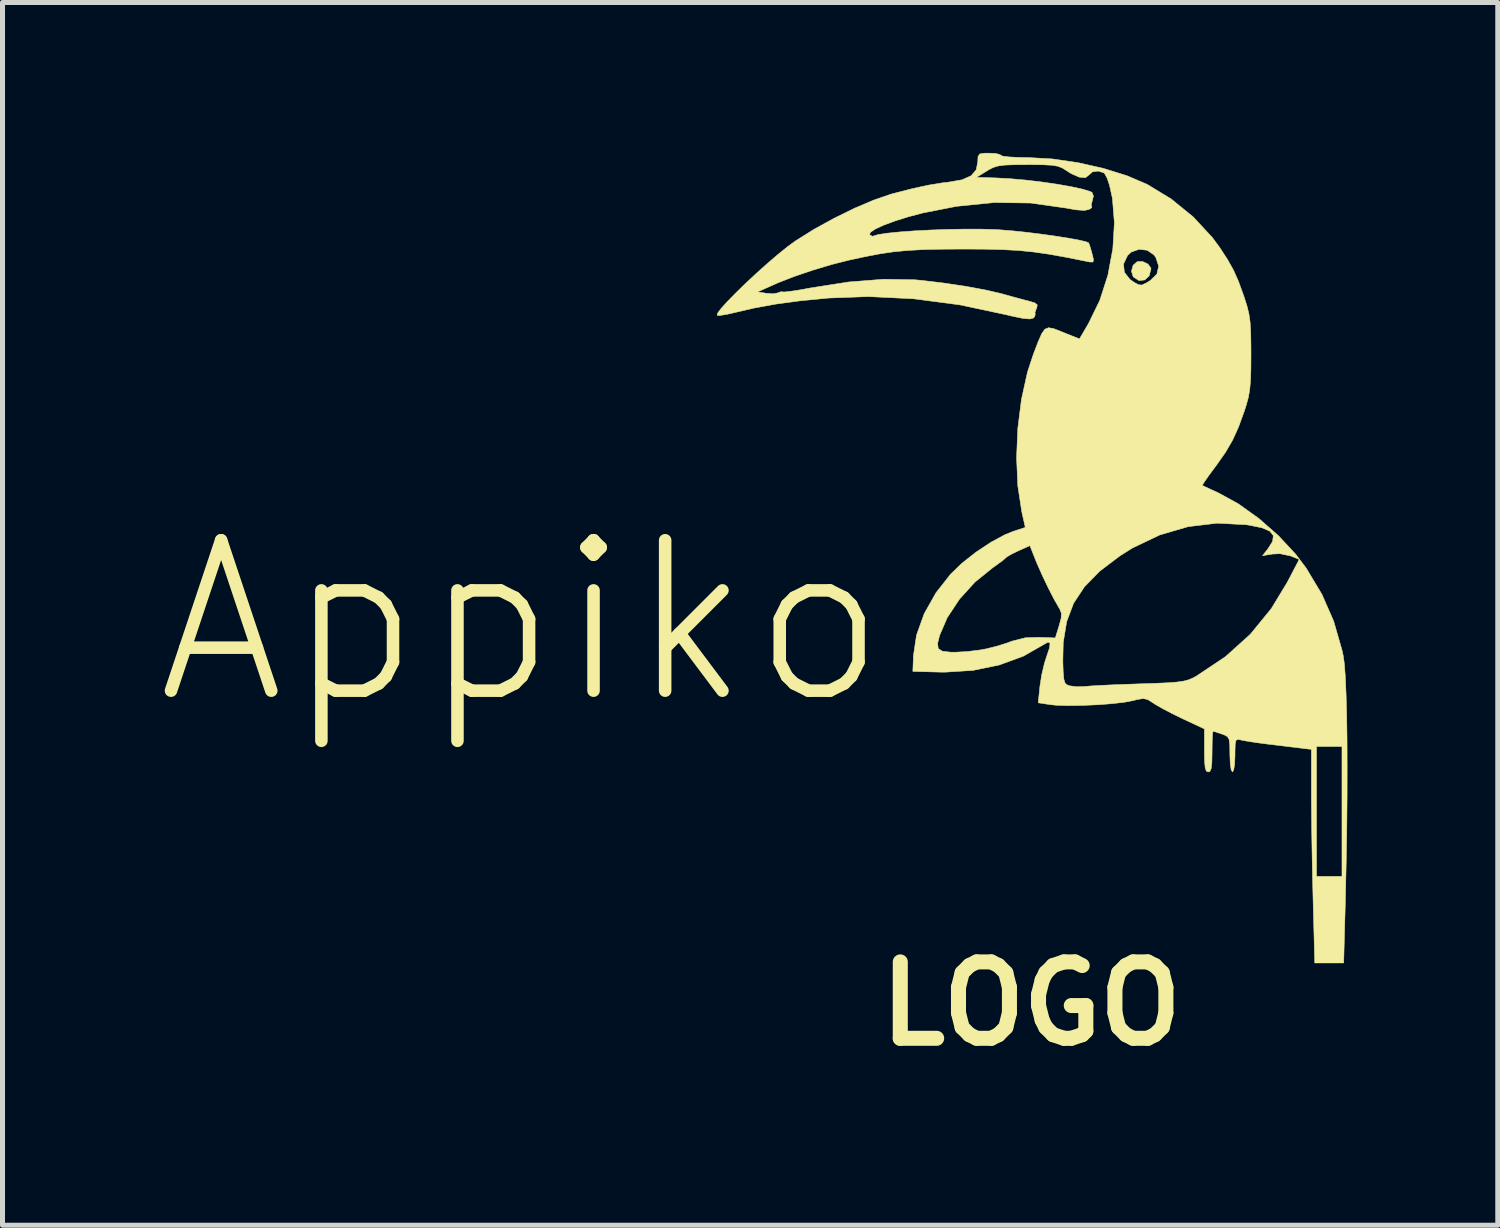
<source format=kicad_pcb>
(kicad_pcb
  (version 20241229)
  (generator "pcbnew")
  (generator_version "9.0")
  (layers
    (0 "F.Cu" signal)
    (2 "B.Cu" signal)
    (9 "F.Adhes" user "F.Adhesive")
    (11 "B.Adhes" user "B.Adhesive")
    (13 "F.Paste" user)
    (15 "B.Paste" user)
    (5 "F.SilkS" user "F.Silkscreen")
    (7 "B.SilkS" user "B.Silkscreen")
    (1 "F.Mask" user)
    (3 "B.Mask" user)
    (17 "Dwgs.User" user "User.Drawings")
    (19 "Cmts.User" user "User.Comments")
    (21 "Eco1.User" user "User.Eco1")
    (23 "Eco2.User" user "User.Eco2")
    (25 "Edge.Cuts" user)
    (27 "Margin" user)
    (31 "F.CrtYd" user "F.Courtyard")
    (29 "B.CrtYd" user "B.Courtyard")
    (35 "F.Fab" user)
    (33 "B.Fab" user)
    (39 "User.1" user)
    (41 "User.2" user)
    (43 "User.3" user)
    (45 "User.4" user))
  (footprint "LOGO"
    (layer "F.Cu")
    (at 17.521 8.082)
    (property "Reference" "LOGO" (at 0 8.89 0) (layer "F.SilkS") (effects (font (size 1.524 1.524) (thickness 0.3))))
    (attr through_hole)
    (fp_poly (pts (xy 2.327 -5.865) (xy 2.386 -5.786) (xy 2.388 -5.768) (xy 2.351 -5.628) (xy 2.262 -5.547) (xy 2.147 -5.536) (xy 2.035 -5.609) (xy 2.034 -5.611) (xy 1.998 -5.722) (xy 2.032 -5.841) (xy 2.114 -5.913) (xy 2.221 -5.915) (xy 2.327 -5.865)) (stroke (width 0.01) (type solid)) (fill yes) (layer "F.SilkS"))
    (fp_poly (pts (xy -0.702 -8.069) (xy -0.62 -8.047) (xy -0.61 -8.034) (xy -0.562 -8.016) (xy -0.434 -8.001) (xy -0.246 -7.992) (xy -0.064 -7.989) (xy 0.419 -7.962) (xy 0.93 -7.888) (xy 1.437 -7.774) (xy 1.909 -7.627) (xy 2.311 -7.455) (xy 2.79 -7.164) (xy 3.232 -6.804) (xy 3.611 -6.395) (xy 3.757 -6.198) (xy 3.916 -5.954) (xy 4.035 -5.741) (xy 4.135 -5.516) (xy 4.235 -5.24) (xy 4.252 -5.19) (xy 4.305 -5.021) (xy 4.342 -4.87) (xy 4.365 -4.709) (xy 4.377 -4.514) (xy 4.382 -4.258) (xy 4.383 -4.064) (xy 4.381 -3.759) (xy 4.373 -3.531) (xy 4.357 -3.352) (xy 4.329 -3.198) (xy 4.286 -3.043) (xy 4.253 -2.94) (xy 4.136 -2.617) (xy 4.017 -2.354) (xy 3.875 -2.11) (xy 3.689 -1.845) (xy 3.656 -1.801) (xy 3.541 -1.646) (xy 3.456 -1.524) (xy 3.415 -1.457) (xy 3.414 -1.449) (xy 3.464 -1.424) (xy 3.582 -1.369) (xy 3.728 -1.303) (xy 4.13 -1.083) (xy 4.539 -0.79) (xy 4.93 -0.447) (xy 5.275 -0.076) (xy 5.483 0.199) (xy 5.798 0.724) (xy 6.032 1.258) (xy 6.199 1.838) (xy 6.222 1.943) (xy 6.246 2.113) (xy 6.265 2.376) (xy 6.28 2.722) (xy 6.292 3.143) (xy 6.299 3.628) (xy 6.301 4.17) (xy 6.3 4.758) (xy 6.294 5.384) (xy 6.283 6.039) (xy 6.268 6.713) (xy 6.266 6.82) (xy 6.232 8.077) (xy 5.655 8.077) (xy 5.622 6.82) (xy 5.612 6.406) (xy 5.603 5.966) (xy 5.596 5.528) (xy 5.591 5.123) (xy 5.588 4.78) (xy 5.588 4.689) (xy 5.588 3.816) (xy 5.372 3.79) (xy 5.217 3.771) (xy 5.118 3.759) (xy 5.69 3.759) (xy 5.69 6.35) (xy 6.198 6.35) (xy 6.198 3.759) (xy 5.69 3.759) (xy 5.118 3.759) (xy 5.003 3.745) (xy 4.771 3.717) (xy 4.724 3.712) (xy 4.511 3.684) (xy 4.326 3.656) (xy 4.2 3.633) (xy 4.178 3.627) (xy 4.117 3.616) (xy 4.083 3.638) (xy 4.068 3.715) (xy 4.064 3.867) (xy 4.064 3.931) (xy 4.057 4.106) (xy 4.038 4.226) (xy 4.013 4.267) (xy 3.987 4.22) (xy 3.969 4.095) (xy 3.962 3.917) (xy 3.96 3.732) (xy 3.948 3.623) (xy 3.915 3.563) (xy 3.85 3.527) (xy 3.802 3.51) (xy 3.689 3.472) (xy 3.626 3.455) (xy 3.625 3.454) (xy 3.616 3.501) (xy 3.61 3.626) (xy 3.607 3.803) (xy 3.607 3.861) (xy 3.603 4.069) (xy 3.59 4.194) (xy 3.564 4.254) (xy 3.531 4.267) (xy 3.492 4.249) (xy 3.469 4.181) (xy 3.457 4.048) (xy 3.454 3.838) (xy 3.454 3.408) (xy 3.022 3.206) (xy 2.81 3.102) (xy 2.615 3) (xy 2.468 2.915) (xy 2.431 2.89) (xy 2.324 2.823) (xy 2.233 2.802) (xy 2.111 2.822) (xy 2.037 2.842) (xy 1.862 2.875) (xy 1.615 2.904) (xy 1.326 2.926) (xy 1.024 2.939) (xy 0.739 2.943) (xy 0.5 2.936) (xy 0.381 2.924) (xy 0.139 2.887) (xy 0.173 2.557) (xy 0.208 2.331) (xy 0.263 2.098) (xy 0.277 2.056) (xy 0.63 2.056) (xy 0.637 2.273) (xy 0.649 2.41) (xy 0.671 2.487) (xy 0.709 2.527) (xy 0.765 2.548) (xy 0.903 2.567) (xy 1.064 2.562) (xy 1.067 2.562) (xy 1.175 2.552) (xy 1.364 2.541) (xy 1.614 2.529) (xy 1.905 2.518) (xy 2.159 2.509) (xy 2.488 2.498) (xy 2.733 2.487) (xy 2.911 2.473) (xy 3.041 2.454) (xy 3.14 2.428) (xy 3.225 2.392) (xy 3.302 2.349) (xy 3.875 1.966) (xy 4.37 1.52) (xy 4.789 1.007) (xy 5.107 0.483) (xy 5.345 0.027) (xy 5.176 -0.042) (xy 4.963 -0.087) (xy 4.81 -0.08) (xy 4.613 -0.048) (xy 4.72 -0.183) (xy 4.814 -0.332) (xy 4.829 -0.448) (xy 4.76 -0.536) (xy 4.602 -0.604) (xy 4.348 -0.656) (xy 4.288 -0.665) (xy 3.708 -0.696) (xy 3.131 -0.627) (xy 2.565 -0.462) (xy 2.018 -0.201) (xy 1.763 -0.04) (xy 1.365 0.262) (xy 1.062 0.572) (xy 0.844 0.902) (xy 0.706 1.269) (xy 0.638 1.684) (xy 0.63 2.056) (xy 0.277 2.056) (xy 0.305 1.967) (xy 0.365 1.789) (xy 0.374 1.694) (xy 0.333 1.678) (xy 0.264 1.716) (xy -0.154 1.955) (xy -0.636 2.132) (xy -1.165 2.241) (xy -1.72 2.276) (xy -1.81 2.275) (xy -2.362 2.261) (xy -2.35 1.947) (xy -2.314 1.704) (xy -1.869 1.704) (xy -1.855 1.806) (xy -1.772 1.859) (xy -1.608 1.877) (xy -1.513 1.878) (xy -1.275 1.865) (xy -1.018 1.833) (xy -0.889 1.809) (xy -0.683 1.757) (xy -0.482 1.694) (xy -0.381 1.656) (xy -0.114 1.589) (xy 0.151 1.581) (xy 0.48 1.593) (xy 0.555 1.352) (xy 0.596 1.2) (xy 0.601 1.102) (xy 0.568 1.016) (xy 0.543 0.975) (xy 0.451 0.813) (xy 0.337 0.591) (xy 0.219 0.343) (xy 0.113 0.104) (xy 0.067 -0.01) (xy -0.027 -0.248) (xy -0.253 -0.147) (xy -0.391 -0.08) (xy -0.485 -0.025) (xy -0.507 -0.007) (xy -0.561 0.042) (xy -0.672 0.124) (xy -0.767 0.191) (xy -1.124 0.48) (xy -1.433 0.821) (xy -1.677 1.191) (xy -1.827 1.539) (xy -1.869 1.704) (xy -2.314 1.704) (xy -2.288 1.533) (xy -2.135 1.109) (xy -1.901 0.693) (xy -1.608 0.32) (xy -1.379 0.1) (xy -1.102 -0.118) (xy -0.808 -0.313) (xy -0.527 -0.465) (xy -0.364 -0.531) (xy -0.119 -0.612) (xy -0.19 -0.928) (xy -0.268 -1.44) (xy -0.293 -2.004) (xy -0.268 -2.59) (xy -0.195 -3.168) (xy -0.076 -3.707) (xy 0.044 -4.072) (xy 0.138 -4.315) (xy 0.208 -4.476) (xy 0.271 -4.565) (xy 0.346 -4.595) (xy 0.449 -4.576) (xy 0.598 -4.518) (xy 0.697 -4.478) (xy 0.962 -4.372) (xy 1.144 -4.683) (xy 1.367 -5.141) (xy 1.529 -5.644) (xy 1.57 -5.865) (xy 1.84 -5.865) (xy 1.857 -5.701) (xy 1.971 -5.556) (xy 2.057 -5.497) (xy 2.141 -5.452) (xy 2.204 -5.446) (xy 2.286 -5.483) (xy 2.375 -5.537) (xy 2.505 -5.664) (xy 2.542 -5.822) (xy 2.486 -5.993) (xy 2.447 -6.048) (xy 2.314 -6.14) (xy 2.15 -6.159) (xy 1.995 -6.104) (xy 1.921 -6.036) (xy 1.84 -5.865) (xy 1.57 -5.865) (xy 1.627 -6.167) (xy 1.658 -6.686) (xy 1.619 -7.176) (xy 1.56 -7.442) (xy 1.513 -7.579) (xy 1.463 -7.67) (xy 1.45 -7.683) (xy 1.338 -7.72) (xy 1.222 -7.704) (xy 1.149 -7.642) (xy 1.148 -7.64) (xy 1.08 -7.587) (xy 0.955 -7.599) (xy 0.791 -7.672) (xy 0.689 -7.738) (xy 0.612 -7.785) (xy 0.526 -7.817) (xy 0.41 -7.836) (xy 0.241 -7.845) (xy -0.002 -7.848) (xy -0.076 -7.848) (xy -0.34 -7.846) (xy -0.526 -7.839) (xy -0.657 -7.822) (xy -0.757 -7.792) (xy -0.848 -7.746) (xy -0.889 -7.721) (xy -1.092 -7.595) (xy -0.711 -7.583) (xy -0.426 -7.568) (xy -0.112 -7.54) (xy 0.21 -7.502) (xy 0.52 -7.457) (xy 0.798 -7.408) (xy 1.023 -7.359) (xy 1.176 -7.312) (xy 1.213 -7.293) (xy 1.24 -7.22) (xy 1.219 -7.136) (xy 1.195 -7.043) (xy 1.208 -7.009) (xy 1.202 -6.987) (xy 1.156 -6.956) (xy 1.059 -6.934) (xy 0.889 -6.947) (xy 0.686 -6.983) (xy -0.011 -7.082) (xy -0.734 -7.092) (xy -1.493 -7.016) (xy -2.164 -6.884) (xy -2.452 -6.808) (xy -2.716 -6.725) (xy -2.941 -6.642) (xy -3.11 -6.564) (xy -3.209 -6.497) (xy -3.226 -6.452) (xy -3.171 -6.418) (xy -3.156 -6.422) (xy -3.059 -6.452) (xy -2.877 -6.48) (xy -2.628 -6.505) (xy -2.33 -6.527) (xy -1.999 -6.544) (xy -1.653 -6.556) (xy -1.309 -6.562) (xy -0.985 -6.561) (xy -0.697 -6.552) (xy -0.617 -6.547) (xy -0.37 -6.527) (xy -0.093 -6.498) (xy 0.196 -6.462) (xy 0.477 -6.423) (xy 0.731 -6.383) (xy 0.94 -6.345) (xy 1.085 -6.312) (xy 1.145 -6.288) (xy 1.165 -6.235) (xy 1.2 -6.12) (xy 1.211 -6.08) (xy 1.241 -5.956) (xy 1.232 -5.906) (xy 1.172 -5.905) (xy 1.127 -5.914) (xy 0.708 -5.998) (xy 0.356 -6.061) (xy 0.043 -6.106) (xy -0.259 -6.136) (xy -0.578 -6.153) (xy -0.943 -6.162) (xy -1.372 -6.164) (xy -1.805 -6.161) (xy -2.161 -6.153) (xy -2.465 -6.136) (xy -2.74 -6.11) (xy -3.011 -6.07) (xy -3.302 -6.015) (xy -3.632 -5.944) (xy -3.981 -5.856) (xy -4.361 -5.742) (xy -4.732 -5.616) (xy -5.052 -5.491) (xy -5.105 -5.467) (xy -5.461 -5.309) (xy -5.283 -5.281) (xy -5.149 -5.272) (xy -5.056 -5.289) (xy -5.05 -5.293) (xy -4.984 -5.315) (xy -4.97 -5.309) (xy -4.913 -5.308) (xy -4.779 -5.324) (xy -4.588 -5.354) (xy -4.416 -5.386) (xy -3.644 -5.507) (xy -2.944 -5.562) (xy -2.319 -5.551) (xy -2.189 -5.539) (xy -1.745 -5.486) (xy -1.316 -5.422) (xy -0.929 -5.351) (xy -0.608 -5.278) (xy -0.533 -5.257) (xy -0.332 -5.201) (xy -0.128 -5.146) (xy -0.063 -5.13) (xy 0.069 -5.091) (xy 0.12 -5.051) (xy 0.11 -4.994) (xy 0.104 -4.983) (xy 0.074 -4.898) (xy 0.079 -4.865) (xy 0.069 -4.818) (xy 0.039 -4.787) (xy -0.032 -4.769) (xy -0.172 -4.782) (xy -0.392 -4.828) (xy -0.5 -4.854) (xy -1.425 -5.051) (xy -2.346 -5.172) (xy -3.244 -5.216) (xy -4.04 -5.187) (xy -4.607 -5.132) (xy -5.097 -5.066) (xy -5.534 -4.986) (xy -5.886 -4.904) (xy -6.06 -4.864) (xy -6.198 -4.841) (xy -6.265 -4.84) (xy -6.259 -4.881) (xy -6.188 -4.977) (xy -6.063 -5.115) (xy -5.897 -5.285) (xy -5.702 -5.475) (xy -5.489 -5.674) (xy -5.27 -5.87) (xy -5.058 -6.052) (xy -4.865 -6.208) (xy -4.702 -6.327) (xy -4.699 -6.329) (xy -4.332 -6.559) (xy -3.931 -6.779) (xy -3.525 -6.978) (xy -3.14 -7.142) (xy -2.804 -7.257) (xy -2.769 -7.267) (xy -2.377 -7.368) (xy -2.056 -7.438) (xy -1.778 -7.484) (xy -1.655 -7.498) (xy -1.383 -7.545) (xy -1.2 -7.626) (xy -1.098 -7.745) (xy -1.067 -7.903) (xy -1.062 -8.01) (xy -1.028 -8.061) (xy -0.938 -8.076) (xy -0.838 -8.077) (xy -0.702 -8.069)) (stroke (width 0.01) (type solid)) (fill yes) (layer "F.SilkS"))
    (fp_text user "Appiko" (at -10.16 1.27 0) (layer "F.SilkS") (effects (font (size 3 3) (thickness 0.25)))))
  (gr_rect
    (start -3 -3)
    (end 26.827 21.39)
    (stroke (width 0.1) (type default))
    (fill no)
    (layer "Edge.Cuts")))
</source>
